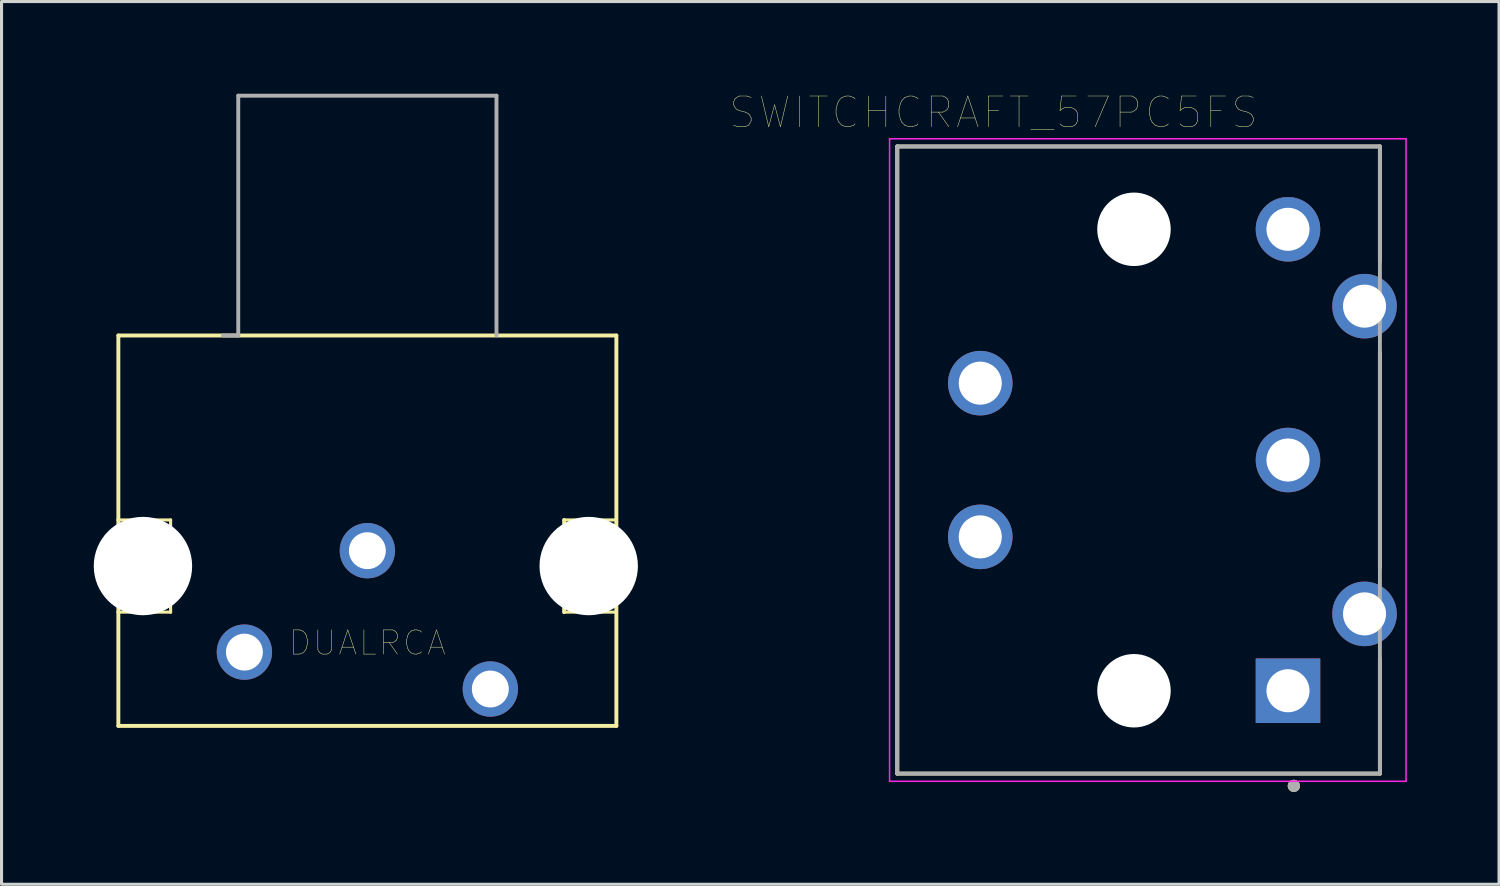
<source format=kicad_pcb>
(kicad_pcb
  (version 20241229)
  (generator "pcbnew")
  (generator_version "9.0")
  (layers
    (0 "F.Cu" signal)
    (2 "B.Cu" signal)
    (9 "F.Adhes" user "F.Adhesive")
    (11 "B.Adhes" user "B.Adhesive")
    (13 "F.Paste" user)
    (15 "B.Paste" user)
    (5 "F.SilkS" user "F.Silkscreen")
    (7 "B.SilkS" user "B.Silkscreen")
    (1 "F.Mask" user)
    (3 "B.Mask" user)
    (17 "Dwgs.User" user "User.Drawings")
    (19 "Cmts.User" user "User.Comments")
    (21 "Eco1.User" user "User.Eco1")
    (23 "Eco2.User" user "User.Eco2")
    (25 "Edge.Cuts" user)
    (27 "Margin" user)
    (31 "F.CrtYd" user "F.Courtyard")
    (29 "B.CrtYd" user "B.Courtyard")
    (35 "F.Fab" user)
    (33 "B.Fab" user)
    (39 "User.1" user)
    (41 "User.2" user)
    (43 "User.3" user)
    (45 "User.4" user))
  (footprint "SWITCHCRAFT_57PC5FS"
    (layer "F.Cu")
    (at 33.837 11.914)
    (property "Reference" "SWITCHCRAFT_57PC5FS" (at -4.572 -11.303 0) (layer "F.SilkS") (effects (font (size 1 1) (thickness 0.015))))
    (attr through_hole)
    (fp_circle (center 0 -7.505) (end 0.725 -7.505) (stroke (width 1.449) (type solid)) (fill no) (layer "F.Mask"))
    (fp_circle (center 0 7.505) (end 0.725 7.505) (stroke (width 1.449) (type solid)) (fill no) (layer "F.Mask"))
    (fp_circle (center 0 -7.505) (end 0.725 -7.505) (stroke (width 1.449) (type solid)) (fill no) (layer "B.Mask"))
    (fp_circle (center 0 7.505) (end 0.725 7.505) (stroke (width 1.449) (type solid)) (fill no) (layer "B.Mask"))
    (fp_line (start -7.7 -10.2) (end 8 -10.2) (stroke (width 0.127) (type solid)) (layer "F.SilkS"))
    (fp_line (start -7.7 10.2) (end -7.7 -10.2) (stroke (width 0.127) (type solid)) (layer "F.SilkS"))
    (fp_line (start 8 -10.2) (end 8 -6.45) (stroke (width 0.127) (type solid)) (layer "F.SilkS"))
    (fp_line (start 8 -3.5) (end 8 3.5) (stroke (width 0.127) (type solid)) (layer "F.SilkS"))
    (fp_line (start 8 6.45) (end 8 10.2) (stroke (width 0.127) (type solid)) (layer "F.SilkS"))
    (fp_line (start 8 10.2) (end -7.7 10.2) (stroke (width 0.127) (type solid)) (layer "F.SilkS"))
    (fp_circle (center 5.2 10.6) (end 5.3 10.6) (stroke (width 0.2) (type solid)) (fill no) (layer "F.SilkS"))
    (fp_line (start -7.95 -10.45) (end 8.85 -10.45) (stroke (width 0.05) (type solid)) (layer "F.CrtYd"))
    (fp_line (start -7.95 10.45) (end -7.95 -10.45) (stroke (width 0.05) (type solid)) (layer "F.CrtYd"))
    (fp_line (start 8.85 -10.45) (end 8.85 10.45) (stroke (width 0.05) (type solid)) (layer "F.CrtYd"))
    (fp_line (start 8.85 10.45) (end -7.95 10.45) (stroke (width 0.05) (type solid)) (layer "F.CrtYd"))
    (fp_line (start -7.7 -10.2) (end 8 -10.2) (stroke (width 0.127) (type solid)) (layer "F.Fab"))
    (fp_line (start -7.7 10.2) (end -7.7 -10.2) (stroke (width 0.127) (type solid)) (layer "F.Fab"))
    (fp_line (start 8 -10.2) (end 8 10.2) (stroke (width 0.127) (type solid)) (layer "F.Fab"))
    (fp_line (start 8 10.2) (end -7.7 10.2) (stroke (width 0.127) (type solid)) (layer "F.Fab"))
    (fp_circle (center 5.2 10.6) (end 5.3 10.6) (stroke (width 0.2) (type solid)) (fill no) (layer "F.Fab"))
    (pad "" np_thru_hole circle (at 0 -7.505) (size 2.39 2.39) (drill 2.39) (layers "*.Cu" "*.Mask"))
    (pad "" np_thru_hole circle (at 0 7.505) (size 2.39 2.39) (drill 2.39) (layers "*.Cu" "*.Mask"))
    (pad "1" thru_hole rect (at 5.01 7.505) (size 2.1 2.1) (drill 1.4) (layers "*.Cu" "*.Mask"))
    (pad "2" thru_hole circle (at 5.01 0) (size 2.1 2.1) (drill 1.4) (layers "*.Cu" "*.Mask"))
    (pad "3" thru_hole circle (at 5.01 -7.505) (size 2.1 2.1) (drill 1.4) (layers "*.Cu" "*.Mask"))
    (pad "4" thru_hole circle (at 7.5 5.005) (size 2.1 2.1) (drill 1.4) (layers "*.Cu" "*.Mask"))
    (pad "5" thru_hole circle (at 7.5 -5.005) (size 2.1 2.1) (drill 1.4) (layers "*.Cu" "*.Mask"))
    (pad "G1" thru_hole circle (at -5 -2.5) (size 2.1 2.1) (drill 1.4) (layers "*.Cu" "*.Mask"))
    (pad "G2" thru_hole circle (at -5 2.5) (size 2.1 2.1) (drill 1.4) (layers "*.Cu" "*.Mask")))
  (footprint "DUALRCA"
    (layer "F.Cu")
    (at 8.9 17.863)
    (property "Reference" "DUALRCA" (at 0 0 0) (layer "F.SilkS") (effects (font (size 0.787 0.787) (thickness 0.015))))
    (attr through_hole)
    (fp_line (start -8.1 -10) (end -8.1 -4) (stroke (width 0.127) (type solid)) (layer "F.SilkS"))
    (fp_line (start -8.1 -4) (end -8.1 -1) (stroke (width 0.127) (type solid)) (layer "F.SilkS"))
    (fp_line (start -8.1 -1) (end -8.1 2.7) (stroke (width 0.127) (type solid)) (layer "F.SilkS"))
    (fp_line (start -8.1 -1) (end -6.4 -1) (stroke (width 0.1) (type solid)) (layer "F.SilkS"))
    (fp_line (start -8.1 2.7) (end 8.1 2.7) (stroke (width 0.127) (type solid)) (layer "F.SilkS"))
    (fp_line (start -6.4 -4) (end -8.1 -4) (stroke (width 0.1) (type solid)) (layer "F.SilkS"))
    (fp_line (start -6.4 -1) (end -6.4 -4) (stroke (width 0.1) (type solid)) (layer "F.SilkS"))
    (fp_line (start 6.4 -4) (end 6.4 -1) (stroke (width 0.127) (type solid)) (layer "F.SilkS"))
    (fp_line (start 6.4 -1) (end 8.1 -1) (stroke (width 0.1) (type solid)) (layer "F.SilkS"))
    (fp_line (start 8.1 -10) (end -8.1 -10) (stroke (width 0.127) (type solid)) (layer "F.SilkS"))
    (fp_line (start 8.1 -4) (end 6.4 -4) (stroke (width 0.1) (type solid)) (layer "F.SilkS"))
    (fp_line (start 8.1 -1) (end 8.1 -4) (stroke (width 0.1) (type solid)) (layer "F.SilkS"))
    (fp_line (start 8.1 2.7) (end 8.1 -10) (stroke (width 0.127) (type solid)) (layer "F.SilkS"))
    (fp_line (start -4.7 -10) (end -4.2 -10) (stroke (width 0.127) (type solid)) (layer "F.Fab"))
    (fp_line (start -4.2 -17.8) (end 4.2 -17.8) (stroke (width 0.127) (type solid)) (layer "F.Fab"))
    (fp_line (start -4.2 -10) (end -4.2 -17.8) (stroke (width 0.127) (type solid)) (layer "F.Fab"))
    (fp_line (start 4.2 -17.8) (end 4.2 -10) (stroke (width 0.127) (type solid)) (layer "F.Fab"))
    (pad "" np_thru_hole circle (at -7.3 -2.5) (size 3.2 3.2) (drill 3.2) (layers "*.Cu" "*.Mask"))
    (pad "" np_thru_hole circle (at 7.2 -2.5) (size 3.2 3.2) (drill 3.2) (layers "*.Cu" "*.Mask"))
    (pad "1" thru_hole circle (at -4 0.3) (size 1.8 1.8) (drill 1.2) (layers "*.Cu" "*.Mask"))
    (pad "2" thru_hole circle (at 4 1.5) (size 1.8 1.8) (drill 1.2) (layers "*.Cu" "*.Mask"))
    (pad "3" thru_hole circle (at 0 -3) (size 1.8 1.8) (drill 1.2) (layers "*.Cu" "*.Mask")))
  (gr_rect
    (start -3 -3)
    (end 45.712 25.714)
    (stroke (width 0.1) (type default))
    (fill no)
    (layer "Edge.Cuts")))
</source>
